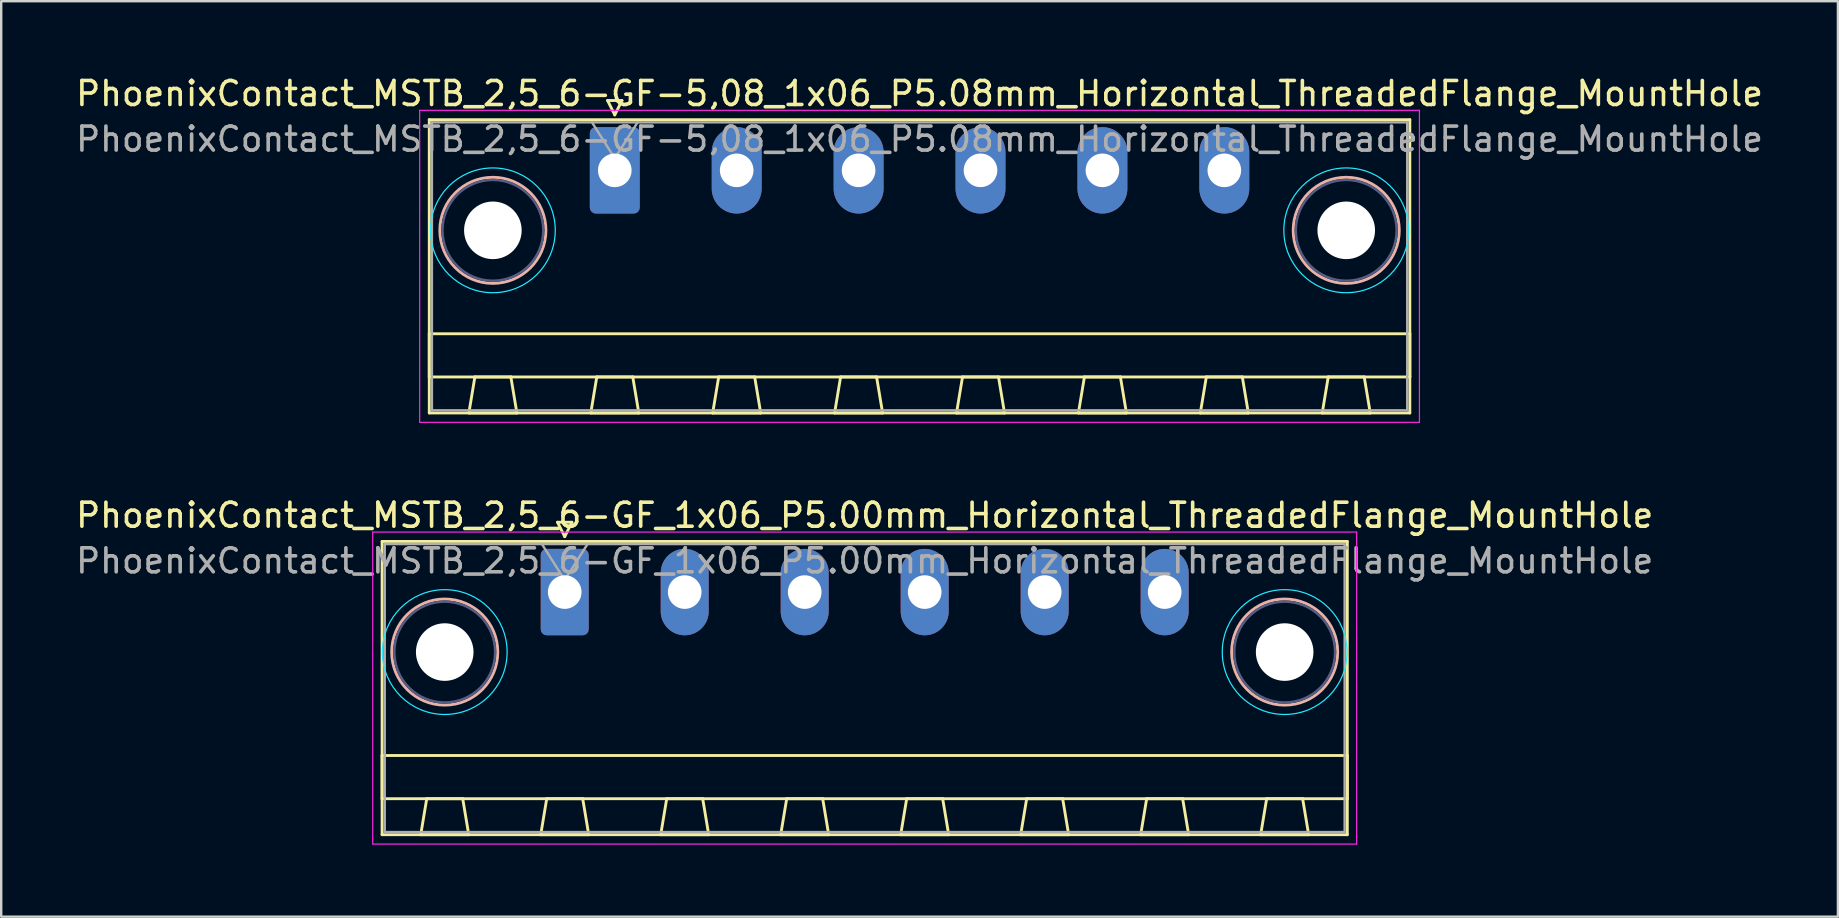
<source format=kicad_pcb>
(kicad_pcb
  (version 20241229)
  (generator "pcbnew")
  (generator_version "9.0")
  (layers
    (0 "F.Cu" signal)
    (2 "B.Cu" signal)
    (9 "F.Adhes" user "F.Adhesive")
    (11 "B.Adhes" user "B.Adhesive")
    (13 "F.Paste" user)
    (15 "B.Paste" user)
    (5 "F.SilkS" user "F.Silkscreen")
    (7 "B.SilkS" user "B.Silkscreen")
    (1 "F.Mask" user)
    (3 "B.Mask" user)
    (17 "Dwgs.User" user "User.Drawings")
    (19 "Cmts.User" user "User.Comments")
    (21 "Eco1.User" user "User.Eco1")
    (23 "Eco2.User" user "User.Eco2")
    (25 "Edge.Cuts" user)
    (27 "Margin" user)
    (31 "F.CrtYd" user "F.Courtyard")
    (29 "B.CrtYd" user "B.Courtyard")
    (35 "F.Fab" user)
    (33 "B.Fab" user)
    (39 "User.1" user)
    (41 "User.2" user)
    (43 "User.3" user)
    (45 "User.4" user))
  (footprint "PhoenixContact_MSTB_2,5_6-GF-5,08_1x06_P5.08mm_Horizontal_ThreadedFlange_MountHole"
    (layer "F.Cu")
    (at 22.568 4.048)
    (property "Reference" "PhoenixContact_MSTB_2,5_6-GF-5,08_1x06_P5.08mm_Horizontal_ThreadedFlange_MountHole" (at 12.7 -3.2 0) (layer "F.SilkS") (effects (font (size 1 1) (thickness 0.15))))
    (attr through_hole)
    (fp_line (start -7.73 -2.11) (end -7.73 10.11) (stroke (width 0.12) (type solid)) (layer "F.SilkS"))
    (fp_line (start -7.73 6.81) (end 33.13 6.81) (stroke (width 0.12) (type solid)) (layer "F.SilkS"))
    (fp_line (start -7.73 8.61) (end -7.73 6.81) (stroke (width 0.12) (type solid)) (layer "F.SilkS"))
    (fp_line (start -7.73 10.11) (end 33.13 10.11) (stroke (width 0.12) (type solid)) (layer "F.SilkS"))
    (fp_line (start -6.08 10.11) (end -4.08 10.11) (stroke (width 0.12) (type solid)) (layer "F.SilkS"))
    (fp_line (start -5.83 8.61) (end -6.08 10.11) (stroke (width 0.12) (type solid)) (layer "F.SilkS"))
    (fp_line (start -4.33 8.61) (end -5.83 8.61) (stroke (width 0.12) (type solid)) (layer "F.SilkS"))
    (fp_line (start -4.08 10.11) (end -4.33 8.61) (stroke (width 0.12) (type solid)) (layer "F.SilkS"))
    (fp_line (start -1 10.11) (end 1 10.11) (stroke (width 0.12) (type solid)) (layer "F.SilkS"))
    (fp_line (start -0.75 8.61) (end -1 10.11) (stroke (width 0.12) (type solid)) (layer "F.SilkS"))
    (fp_line (start -0.3 -2.91) (end 0.3 -2.91) (stroke (width 0.12) (type solid)) (layer "F.SilkS"))
    (fp_line (start 0 -2.31) (end -0.3 -2.91) (stroke (width 0.12) (type solid)) (layer "F.SilkS"))
    (fp_line (start 0.3 -2.91) (end 0 -2.31) (stroke (width 0.12) (type solid)) (layer "F.SilkS"))
    (fp_line (start 0.75 8.61) (end -0.75 8.61) (stroke (width 0.12) (type solid)) (layer "F.SilkS"))
    (fp_line (start 1 10.11) (end 0.75 8.61) (stroke (width 0.12) (type solid)) (layer "F.SilkS"))
    (fp_line (start 4.08 10.11) (end 6.08 10.11) (stroke (width 0.12) (type solid)) (layer "F.SilkS"))
    (fp_line (start 4.33 8.61) (end 4.08 10.11) (stroke (width 0.12) (type solid)) (layer "F.SilkS"))
    (fp_line (start 5.83 8.61) (end 4.33 8.61) (stroke (width 0.12) (type solid)) (layer "F.SilkS"))
    (fp_line (start 6.08 10.11) (end 5.83 8.61) (stroke (width 0.12) (type solid)) (layer "F.SilkS"))
    (fp_line (start 9.16 10.11) (end 11.16 10.11) (stroke (width 0.12) (type solid)) (layer "F.SilkS"))
    (fp_line (start 9.41 8.61) (end 9.16 10.11) (stroke (width 0.12) (type solid)) (layer "F.SilkS"))
    (fp_line (start 10.91 8.61) (end 9.41 8.61) (stroke (width 0.12) (type solid)) (layer "F.SilkS"))
    (fp_line (start 11.16 10.11) (end 10.91 8.61) (stroke (width 0.12) (type solid)) (layer "F.SilkS"))
    (fp_line (start 14.24 10.11) (end 16.24 10.11) (stroke (width 0.12) (type solid)) (layer "F.SilkS"))
    (fp_line (start 14.49 8.61) (end 14.24 10.11) (stroke (width 0.12) (type solid)) (layer "F.SilkS"))
    (fp_line (start 15.99 8.61) (end 14.49 8.61) (stroke (width 0.12) (type solid)) (layer "F.SilkS"))
    (fp_line (start 16.24 10.11) (end 15.99 8.61) (stroke (width 0.12) (type solid)) (layer "F.SilkS"))
    (fp_line (start 19.32 10.11) (end 21.32 10.11) (stroke (width 0.12) (type solid)) (layer "F.SilkS"))
    (fp_line (start 19.57 8.61) (end 19.32 10.11) (stroke (width 0.12) (type solid)) (layer "F.SilkS"))
    (fp_line (start 21.07 8.61) (end 19.57 8.61) (stroke (width 0.12) (type solid)) (layer "F.SilkS"))
    (fp_line (start 21.32 10.11) (end 21.07 8.61) (stroke (width 0.12) (type solid)) (layer "F.SilkS"))
    (fp_line (start 24.4 10.11) (end 26.4 10.11) (stroke (width 0.12) (type solid)) (layer "F.SilkS"))
    (fp_line (start 24.65 8.61) (end 24.4 10.11) (stroke (width 0.12) (type solid)) (layer "F.SilkS"))
    (fp_line (start 26.15 8.61) (end 24.65 8.61) (stroke (width 0.12) (type solid)) (layer "F.SilkS"))
    (fp_line (start 26.4 10.11) (end 26.15 8.61) (stroke (width 0.12) (type solid)) (layer "F.SilkS"))
    (fp_line (start 29.48 10.11) (end 31.48 10.11) (stroke (width 0.12) (type solid)) (layer "F.SilkS"))
    (fp_line (start 29.73 8.61) (end 29.48 10.11) (stroke (width 0.12) (type solid)) (layer "F.SilkS"))
    (fp_line (start 31.23 8.61) (end 29.73 8.61) (stroke (width 0.12) (type solid)) (layer "F.SilkS"))
    (fp_line (start 31.48 10.11) (end 31.23 8.61) (stroke (width 0.12) (type solid)) (layer "F.SilkS"))
    (fp_line (start 33.13 -2.11) (end -7.73 -2.11) (stroke (width 0.12) (type solid)) (layer "F.SilkS"))
    (fp_line (start 33.13 6.81) (end 33.13 8.61) (stroke (width 0.12) (type solid)) (layer "F.SilkS"))
    (fp_line (start 33.13 8.61) (end -7.73 8.61) (stroke (width 0.12) (type solid)) (layer "F.SilkS"))
    (fp_line (start 33.13 10.11) (end 33.13 -2.11) (stroke (width 0.12) (type solid)) (layer "F.SilkS"))
    (fp_circle (center -5.08 2.5) (end -2.87 2.5) (stroke (width 0.12) (type solid)) (fill no) (layer "B.SilkS"))
    (fp_circle (center 30.48 2.5) (end 32.69 2.5) (stroke (width 0.12) (type solid)) (fill no) (layer "B.SilkS"))
    (fp_circle (center -5.08 2.5) (end -2.48 2.5) (stroke (width 0.05) (type solid)) (fill no) (layer "B.CrtYd"))
    (fp_circle (center 30.48 2.5) (end 33.08 2.5) (stroke (width 0.05) (type solid)) (fill no) (layer "B.CrtYd"))
    (fp_line (start -8.13 -2.5) (end -8.13 10.5) (stroke (width 0.05) (type solid)) (layer "F.CrtYd"))
    (fp_line (start -8.13 10.5) (end 33.53 10.5) (stroke (width 0.05) (type solid)) (layer "F.CrtYd"))
    (fp_line (start 33.53 -2.5) (end -8.13 -2.5) (stroke (width 0.05) (type solid)) (layer "F.CrtYd"))
    (fp_line (start 33.53 10.5) (end 33.53 -2.5) (stroke (width 0.05) (type solid)) (layer "F.CrtYd"))
    (fp_circle (center -5.08 2.5) (end -2.98 2.5) (stroke (width 0.1) (type solid)) (fill no) (layer "B.Fab"))
    (fp_circle (center 30.48 2.5) (end 32.58 2.5) (stroke (width 0.1) (type solid)) (fill no) (layer "B.Fab"))
    (fp_line (start -7.62 -2) (end -7.62 10) (stroke (width 0.1) (type solid)) (layer "F.Fab"))
    (fp_line (start -7.62 10) (end 33.02 10) (stroke (width 0.1) (type solid)) (layer "F.Fab"))
    (fp_line (start 0 -0.5) (end -0.95 -2) (stroke (width 0.1) (type solid)) (layer "F.Fab"))
    (fp_line (start 0.95 -2) (end 0 -0.5) (stroke (width 0.1) (type solid)) (layer "F.Fab"))
    (fp_line (start 33.02 -2) (end -7.62 -2) (stroke (width 0.1) (type solid)) (layer "F.Fab"))
    (fp_line (start 33.02 10) (end 33.02 -2) (stroke (width 0.1) (type solid)) (layer "F.Fab"))
    (fp_text user "${REFERENCE}" (at 12.7 -1.3 0) (layer "F.Fab") (effects (font (size 1 1) (thickness 0.15))))
    (pad "" np_thru_hole circle (at -5.08 2.5) (size 2.4 2.4) (drill 2.4) (layers "*.Cu" "*.Mask"))
    (pad "" np_thru_hole circle (at 30.48 2.5) (size 2.4 2.4) (drill 2.4) (layers "*.Cu" "*.Mask"))
    (pad "1" thru_hole roundrect (at 0 0) (size 2.08 3.6) (drill 1.4) (layers "*.Cu" "*.Mask") (roundrect_rratio 0.12))
    (pad "2" thru_hole oval (at 5.08 0) (size 2.08 3.6) (drill 1.4) (layers "*.Cu" "*.Mask"))
    (pad "3" thru_hole oval (at 10.16 0) (size 2.08 3.6) (drill 1.4) (layers "*.Cu" "*.Mask"))
    (pad "4" thru_hole oval (at 15.24 0) (size 2.08 3.6) (drill 1.4) (layers "*.Cu" "*.Mask"))
    (pad "5" thru_hole oval (at 20.32 0) (size 2.08 3.6) (drill 1.4) (layers "*.Cu" "*.Mask"))
    (pad "6" thru_hole oval (at 25.4 0) (size 2.08 3.6) (drill 1.4) (layers "*.Cu" "*.Mask")))
  (footprint "PhoenixContact_MSTB_2,5_6-GF_1x06_P5.00mm_Horizontal_ThreadedFlange_MountHole"
    (layer "F.Cu")
    (at 20.482 21.622)
    (property "Reference" "PhoenixContact_MSTB_2,5_6-GF_1x06_P5.00mm_Horizontal_ThreadedFlange_MountHole" (at 12.5 -3.2 0) (layer "F.SilkS") (effects (font (size 1 1) (thickness 0.15))))
    (attr through_hole)
    (fp_line (start -7.61 -2.11) (end -7.61 10.11) (stroke (width 0.12) (type solid)) (layer "F.SilkS"))
    (fp_line (start -7.61 6.81) (end 32.61 6.81) (stroke (width 0.12) (type solid)) (layer "F.SilkS"))
    (fp_line (start -7.61 8.61) (end -7.61 6.81) (stroke (width 0.12) (type solid)) (layer "F.SilkS"))
    (fp_line (start -7.61 10.11) (end 32.61 10.11) (stroke (width 0.12) (type solid)) (layer "F.SilkS"))
    (fp_line (start -6 10.11) (end -4 10.11) (stroke (width 0.12) (type solid)) (layer "F.SilkS"))
    (fp_line (start -5.75 8.61) (end -6 10.11) (stroke (width 0.12) (type solid)) (layer "F.SilkS"))
    (fp_line (start -4.25 8.61) (end -5.75 8.61) (stroke (width 0.12) (type solid)) (layer "F.SilkS"))
    (fp_line (start -4 10.11) (end -4.25 8.61) (stroke (width 0.12) (type solid)) (layer "F.SilkS"))
    (fp_line (start -1 10.11) (end 1 10.11) (stroke (width 0.12) (type solid)) (layer "F.SilkS"))
    (fp_line (start -0.75 8.61) (end -1 10.11) (stroke (width 0.12) (type solid)) (layer "F.SilkS"))
    (fp_line (start -0.3 -2.91) (end 0.3 -2.91) (stroke (width 0.12) (type solid)) (layer "F.SilkS"))
    (fp_line (start 0 -2.31) (end -0.3 -2.91) (stroke (width 0.12) (type solid)) (layer "F.SilkS"))
    (fp_line (start 0.3 -2.91) (end 0 -2.31) (stroke (width 0.12) (type solid)) (layer "F.SilkS"))
    (fp_line (start 0.75 8.61) (end -0.75 8.61) (stroke (width 0.12) (type solid)) (layer "F.SilkS"))
    (fp_line (start 1 10.11) (end 0.75 8.61) (stroke (width 0.12) (type solid)) (layer "F.SilkS"))
    (fp_line (start 4 10.11) (end 6 10.11) (stroke (width 0.12) (type solid)) (layer "F.SilkS"))
    (fp_line (start 4.25 8.61) (end 4 10.11) (stroke (width 0.12) (type solid)) (layer "F.SilkS"))
    (fp_line (start 5.75 8.61) (end 4.25 8.61) (stroke (width 0.12) (type solid)) (layer "F.SilkS"))
    (fp_line (start 6 10.11) (end 5.75 8.61) (stroke (width 0.12) (type solid)) (layer "F.SilkS"))
    (fp_line (start 9 10.11) (end 11 10.11) (stroke (width 0.12) (type solid)) (layer "F.SilkS"))
    (fp_line (start 9.25 8.61) (end 9 10.11) (stroke (width 0.12) (type solid)) (layer "F.SilkS"))
    (fp_line (start 10.75 8.61) (end 9.25 8.61) (stroke (width 0.12) (type solid)) (layer "F.SilkS"))
    (fp_line (start 11 10.11) (end 10.75 8.61) (stroke (width 0.12) (type solid)) (layer "F.SilkS"))
    (fp_line (start 14 10.11) (end 16 10.11) (stroke (width 0.12) (type solid)) (layer "F.SilkS"))
    (fp_line (start 14.25 8.61) (end 14 10.11) (stroke (width 0.12) (type solid)) (layer "F.SilkS"))
    (fp_line (start 15.75 8.61) (end 14.25 8.61) (stroke (width 0.12) (type solid)) (layer "F.SilkS"))
    (fp_line (start 16 10.11) (end 15.75 8.61) (stroke (width 0.12) (type solid)) (layer "F.SilkS"))
    (fp_line (start 19 10.11) (end 21 10.11) (stroke (width 0.12) (type solid)) (layer "F.SilkS"))
    (fp_line (start 19.25 8.61) (end 19 10.11) (stroke (width 0.12) (type solid)) (layer "F.SilkS"))
    (fp_line (start 20.75 8.61) (end 19.25 8.61) (stroke (width 0.12) (type solid)) (layer "F.SilkS"))
    (fp_line (start 21 10.11) (end 20.75 8.61) (stroke (width 0.12) (type solid)) (layer "F.SilkS"))
    (fp_line (start 24 10.11) (end 26 10.11) (stroke (width 0.12) (type solid)) (layer "F.SilkS"))
    (fp_line (start 24.25 8.61) (end 24 10.11) (stroke (width 0.12) (type solid)) (layer "F.SilkS"))
    (fp_line (start 25.75 8.61) (end 24.25 8.61) (stroke (width 0.12) (type solid)) (layer "F.SilkS"))
    (fp_line (start 26 10.11) (end 25.75 8.61) (stroke (width 0.12) (type solid)) (layer "F.SilkS"))
    (fp_line (start 29 10.11) (end 31 10.11) (stroke (width 0.12) (type solid)) (layer "F.SilkS"))
    (fp_line (start 29.25 8.61) (end 29 10.11) (stroke (width 0.12) (type solid)) (layer "F.SilkS"))
    (fp_line (start 30.75 8.61) (end 29.25 8.61) (stroke (width 0.12) (type solid)) (layer "F.SilkS"))
    (fp_line (start 31 10.11) (end 30.75 8.61) (stroke (width 0.12) (type solid)) (layer "F.SilkS"))
    (fp_line (start 32.61 -2.11) (end -7.61 -2.11) (stroke (width 0.12) (type solid)) (layer "F.SilkS"))
    (fp_line (start 32.61 6.81) (end 32.61 8.61) (stroke (width 0.12) (type solid)) (layer "F.SilkS"))
    (fp_line (start 32.61 8.61) (end -7.61 8.61) (stroke (width 0.12) (type solid)) (layer "F.SilkS"))
    (fp_line (start 32.61 10.11) (end 32.61 -2.11) (stroke (width 0.12) (type solid)) (layer "F.SilkS"))
    (fp_circle (center -5 2.5) (end -2.79 2.5) (stroke (width 0.12) (type solid)) (fill no) (layer "B.SilkS"))
    (fp_circle (center 30 2.5) (end 32.21 2.5) (stroke (width 0.12) (type solid)) (fill no) (layer "B.SilkS"))
    (fp_circle (center -5 2.5) (end -2.4 2.5) (stroke (width 0.05) (type solid)) (fill no) (layer "B.CrtYd"))
    (fp_circle (center 30 2.5) (end 32.6 2.5) (stroke (width 0.05) (type solid)) (fill no) (layer "B.CrtYd"))
    (fp_line (start -8 -2.5) (end -8 10.5) (stroke (width 0.05) (type solid)) (layer "F.CrtYd"))
    (fp_line (start -8 10.5) (end 33 10.5) (stroke (width 0.05) (type solid)) (layer "F.CrtYd"))
    (fp_line (start 33 -2.5) (end -8 -2.5) (stroke (width 0.05) (type solid)) (layer "F.CrtYd"))
    (fp_line (start 33 10.5) (end 33 -2.5) (stroke (width 0.05) (type solid)) (layer "F.CrtYd"))
    (fp_circle (center -5 2.5) (end -2.9 2.5) (stroke (width 0.1) (type solid)) (fill no) (layer "B.Fab"))
    (fp_circle (center 30 2.5) (end 32.1 2.5) (stroke (width 0.1) (type solid)) (fill no) (layer "B.Fab"))
    (fp_line (start -7.5 -2) (end -7.5 10) (stroke (width 0.1) (type solid)) (layer "F.Fab"))
    (fp_line (start -7.5 10) (end 32.5 10) (stroke (width 0.1) (type solid)) (layer "F.Fab"))
    (fp_line (start 0 -0.5) (end -0.95 -2) (stroke (width 0.1) (type solid)) (layer "F.Fab"))
    (fp_line (start 0.95 -2) (end 0 -0.5) (stroke (width 0.1) (type solid)) (layer "F.Fab"))
    (fp_line (start 32.5 -2) (end -7.5 -2) (stroke (width 0.1) (type solid)) (layer "F.Fab"))
    (fp_line (start 32.5 10) (end 32.5 -2) (stroke (width 0.1) (type solid)) (layer "F.Fab"))
    (fp_text user "${REFERENCE}" (at 12.5 -1.3 0) (layer "F.Fab") (effects (font (size 1 1) (thickness 0.15))))
    (pad "" np_thru_hole circle (at -5 2.5) (size 2.4 2.4) (drill 2.4) (layers "*.Cu" "*.Mask"))
    (pad "" np_thru_hole circle (at 30 2.5) (size 2.4 2.4) (drill 2.4) (layers "*.Cu" "*.Mask"))
    (pad "1" thru_hole roundrect (at 0 0) (size 2 3.6) (drill 1.4) (layers "*.Cu" "*.Mask") (roundrect_rratio 0.125))
    (pad "2" thru_hole oval (at 5 0) (size 2 3.6) (drill 1.4) (layers "*.Cu" "*.Mask"))
    (pad "3" thru_hole oval (at 10 0) (size 2 3.6) (drill 1.4) (layers "*.Cu" "*.Mask"))
    (pad "4" thru_hole oval (at 15 0) (size 2 3.6) (drill 1.4) (layers "*.Cu" "*.Mask"))
    (pad "5" thru_hole oval (at 20 0) (size 2 3.6) (drill 1.4) (layers "*.Cu" "*.Mask"))
    (pad "6" thru_hole oval (at 25 0) (size 2 3.6) (drill 1.4) (layers "*.Cu" "*.Mask")))
  (gr_rect
    (start -3 -3)
    (end 73.536 35.147)
    (stroke (width 0.1) (type default))
    (fill no)
    (layer "Edge.Cuts")))
</source>
